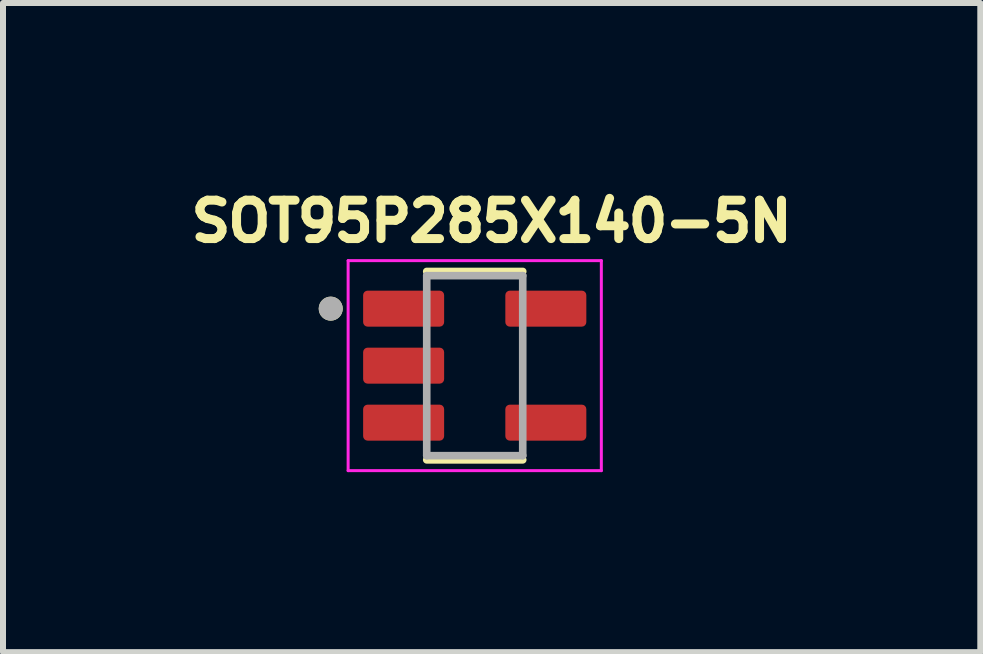
<source format=kicad_pcb>
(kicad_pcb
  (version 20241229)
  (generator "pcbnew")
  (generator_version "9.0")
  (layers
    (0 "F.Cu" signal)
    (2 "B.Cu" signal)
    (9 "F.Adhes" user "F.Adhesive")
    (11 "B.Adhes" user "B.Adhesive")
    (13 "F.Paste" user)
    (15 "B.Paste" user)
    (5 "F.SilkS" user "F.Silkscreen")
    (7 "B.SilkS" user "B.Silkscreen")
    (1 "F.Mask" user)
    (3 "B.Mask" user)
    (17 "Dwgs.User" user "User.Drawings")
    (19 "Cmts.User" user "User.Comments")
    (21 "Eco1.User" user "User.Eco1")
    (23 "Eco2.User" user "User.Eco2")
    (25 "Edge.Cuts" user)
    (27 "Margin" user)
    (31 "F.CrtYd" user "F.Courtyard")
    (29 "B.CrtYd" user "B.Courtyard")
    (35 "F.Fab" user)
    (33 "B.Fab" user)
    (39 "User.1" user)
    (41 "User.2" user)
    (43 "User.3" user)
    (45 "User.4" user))
  (footprint "SOT95P285X140-5N"
    (layer "F.Cu")
    (at 4.862 3.044)
    (property "Reference" "SOT95P285X140-5N" (at 0.282 -2.406 0) (layer "F.SilkS") (effects (font (size 0.64 0.64) (thickness 0.15))))
    (attr smd)
    (fp_line (start -0.8 -1.57) (end 0.8 -1.57) (stroke (width 0.127) (type solid)) (layer "F.SilkS"))
    (fp_line (start 0.8 1.57) (end -0.8 1.57) (stroke (width 0.127) (type solid)) (layer "F.SilkS"))
    (fp_circle (center -2.4 -0.95) (end -2.3 -0.95) (stroke (width 0.2) (type solid)) (fill no) (layer "F.SilkS"))
    (fp_line (start -2.11 -1.75) (end 2.11 -1.75) (stroke (width 0.05) (type solid)) (layer "F.CrtYd"))
    (fp_line (start -2.11 1.75) (end -2.11 -1.75) (stroke (width 0.05) (type solid)) (layer "F.CrtYd"))
    (fp_line (start 2.11 -1.75) (end 2.11 1.75) (stroke (width 0.05) (type solid)) (layer "F.CrtYd"))
    (fp_line (start 2.11 1.75) (end -2.11 1.75) (stroke (width 0.05) (type solid)) (layer "F.CrtYd"))
    (fp_line (start -0.8 -1.5) (end 0.8 -1.5) (stroke (width 0.127) (type solid)) (layer "F.Fab"))
    (fp_line (start -0.8 1.5) (end -0.8 -1.5) (stroke (width 0.127) (type solid)) (layer "F.Fab"))
    (fp_line (start 0.8 -1.5) (end 0.8 1.5) (stroke (width 0.127) (type solid)) (layer "F.Fab"))
    (fp_line (start 0.8 1.5) (end -0.8 1.5) (stroke (width 0.127) (type solid)) (layer "F.Fab"))
    (fp_circle (center -2.4 -0.95) (end -2.3 -0.95) (stroke (width 0.2) (type solid)) (fill no) (layer "F.Fab"))
    (pad "1" smd roundrect (at -1.185 -0.95) (size 1.35 0.6) (layers "F.Cu" "F.Mask" "F.Paste") (roundrect_rratio 0.125))
    (pad "2" smd roundrect (at -1.185 0) (size 1.35 0.6) (layers "F.Cu" "F.Mask" "F.Paste") (roundrect_rratio 0.125))
    (pad "3" smd roundrect (at -1.185 0.95) (size 1.35 0.6) (layers "F.Cu" "F.Mask" "F.Paste") (roundrect_rratio 0.125))
    (pad "4" smd roundrect (at 1.185 0.95) (size 1.35 0.6) (layers "F.Cu" "F.Mask" "F.Paste") (roundrect_rratio 0.125))
    (pad "5" smd roundrect (at 1.185 -0.95) (size 1.35 0.6) (layers "F.Cu" "F.Mask" "F.Paste") (roundrect_rratio 0.125)))
  (gr_rect
    (start -3 -3)
    (end 13.288 7.819)
    (stroke (width 0.1) (type default))
    (fill no)
    (layer "Edge.Cuts")))
</source>
